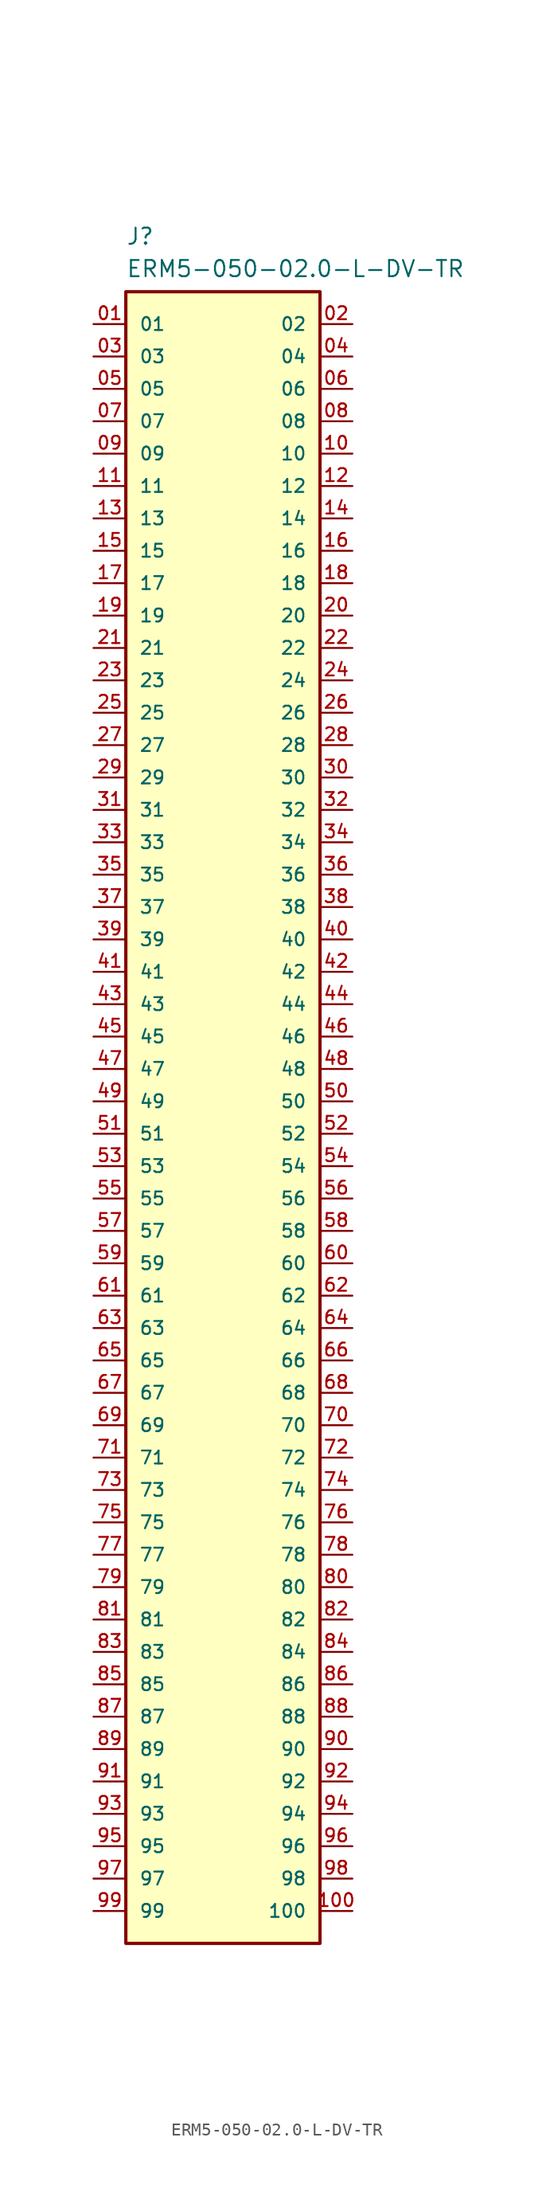
<source format=kicad_sym>
(kicad_symbol_lib
  (version 20241209)
  (generator "kicad_symbol_editor")
  (generator_version "9.0")
  (symbol "ERM5-050-02.0-L-DV-TR"
    (pin_names
      (offset 1.016))
    (property "Reference" "J"
      (at 2.54 7.62 0)
      (effects (font (size 1.27 1.27)) (justify left top)))
    (property "Value" "ERM5-050-02.0-L-DV-TR"
      (at 2.54 5.08 0)
      (effects (font (size 1.27 1.27)) (justify left top)))
    (symbol "ERM5-050-02.0-L-DV-TR_0_0"
      (rectangle (start 2.54 2.54) (end 17.78 -127) (stroke (width 0.254) (type default)) (fill (type background)))
      (pin passive line (at 0 0 0) (length 2.54) (name "01" (effects (font (size 1.016 1.016)))) (number "01" (effects (font (size 1.016 1.016)))))
      (pin passive line (at 0 -2.54 0) (length 2.54) (name "03" (effects (font (size 1.016 1.016)))) (number "03" (effects (font (size 1.016 1.016)))))
      (pin passive line (at 0 -5.08 0) (length 2.54) (name "05" (effects (font (size 1.016 1.016)))) (number "05" (effects (font (size 1.016 1.016)))))
      (pin passive line (at 0 -7.62 0) (length 2.54) (name "07" (effects (font (size 1.016 1.016)))) (number "07" (effects (font (size 1.016 1.016)))))
      (pin passive line (at 0 -10.16 0) (length 2.54) (name "09" (effects (font (size 1.016 1.016)))) (number "09" (effects (font (size 1.016 1.016)))))
      (pin passive line (at 0 -12.7 0) (length 2.54) (name "11" (effects (font (size 1.016 1.016)))) (number "11" (effects (font (size 1.016 1.016)))))
      (pin passive line (at 0 -15.24 0) (length 2.54) (name "13" (effects (font (size 1.016 1.016)))) (number "13" (effects (font (size 1.016 1.016)))))
      (pin passive line (at 0 -17.78 0) (length 2.54) (name "15" (effects (font (size 1.016 1.016)))) (number "15" (effects (font (size 1.016 1.016)))))
      (pin passive line (at 0 -20.32 0) (length 2.54) (name "17" (effects (font (size 1.016 1.016)))) (number "17" (effects (font (size 1.016 1.016)))))
      (pin passive line (at 0 -22.86 0) (length 2.54) (name "19" (effects (font (size 1.016 1.016)))) (number "19" (effects (font (size 1.016 1.016)))))
      (pin passive line (at 0 -25.4 0) (length 2.54) (name "21" (effects (font (size 1.016 1.016)))) (number "21" (effects (font (size 1.016 1.016)))))
      (pin passive line (at 0 -27.94 0) (length 2.54) (name "23" (effects (font (size 1.016 1.016)))) (number "23" (effects (font (size 1.016 1.016)))))
      (pin passive line (at 0 -30.48 0) (length 2.54) (name "25" (effects (font (size 1.016 1.016)))) (number "25" (effects (font (size 1.016 1.016)))))
      (pin passive line (at 0 -33.02 0) (length 2.54) (name "27" (effects (font (size 1.016 1.016)))) (number "27" (effects (font (size 1.016 1.016)))))
      (pin passive line (at 0 -35.56 0) (length 2.54) (name "29" (effects (font (size 1.016 1.016)))) (number "29" (effects (font (size 1.016 1.016)))))
      (pin passive line (at 0 -38.1 0) (length 2.54) (name "31" (effects (font (size 1.016 1.016)))) (number "31" (effects (font (size 1.016 1.016)))))
      (pin passive line (at 0 -40.64 0) (length 2.54) (name "33" (effects (font (size 1.016 1.016)))) (number "33" (effects (font (size 1.016 1.016)))))
      (pin passive line (at 0 -43.18 0) (length 2.54) (name "35" (effects (font (size 1.016 1.016)))) (number "35" (effects (font (size 1.016 1.016)))))
      (pin passive line (at 0 -45.72 0) (length 2.54) (name "37" (effects (font (size 1.016 1.016)))) (number "37" (effects (font (size 1.016 1.016)))))
      (pin passive line (at 0 -48.26 0) (length 2.54) (name "39" (effects (font (size 1.016 1.016)))) (number "39" (effects (font (size 1.016 1.016)))))
      (pin passive line (at 0 -50.8 0) (length 2.54) (name "41" (effects (font (size 1.016 1.016)))) (number "41" (effects (font (size 1.016 1.016)))))
      (pin passive line (at 0 -53.34 0) (length 2.54) (name "43" (effects (font (size 1.016 1.016)))) (number "43" (effects (font (size 1.016 1.016)))))
      (pin passive line (at 0 -55.88 0) (length 2.54) (name "45" (effects (font (size 1.016 1.016)))) (number "45" (effects (font (size 1.016 1.016)))))
      (pin passive line (at 0 -58.42 0) (length 2.54) (name "47" (effects (font (size 1.016 1.016)))) (number "47" (effects (font (size 1.016 1.016)))))
      (pin passive line (at 0 -60.96 0) (length 2.54) (name "49" (effects (font (size 1.016 1.016)))) (number "49" (effects (font (size 1.016 1.016)))))
      (pin passive line (at 0 -63.5 0) (length 2.54) (name "51" (effects (font (size 1.016 1.016)))) (number "51" (effects (font (size 1.016 1.016)))))
      (pin passive line (at 0 -66.04 0) (length 2.54) (name "53" (effects (font (size 1.016 1.016)))) (number "53" (effects (font (size 1.016 1.016)))))
      (pin passive line (at 0 -68.58 0) (length 2.54) (name "55" (effects (font (size 1.016 1.016)))) (number "55" (effects (font (size 1.016 1.016)))))
      (pin passive line (at 0 -71.12 0) (length 2.54) (name "57" (effects (font (size 1.016 1.016)))) (number "57" (effects (font (size 1.016 1.016)))))
      (pin passive line (at 0 -73.66 0) (length 2.54) (name "59" (effects (font (size 1.016 1.016)))) (number "59" (effects (font (size 1.016 1.016)))))
      (pin passive line (at 0 -76.2 0) (length 2.54) (name "61" (effects (font (size 1.016 1.016)))) (number "61" (effects (font (size 1.016 1.016)))))
      (pin passive line (at 0 -78.74 0) (length 2.54) (name "63" (effects (font (size 1.016 1.016)))) (number "63" (effects (font (size 1.016 1.016)))))
      (pin passive line (at 0 -81.28 0) (length 2.54) (name "65" (effects (font (size 1.016 1.016)))) (number "65" (effects (font (size 1.016 1.016)))))
      (pin passive line (at 0 -83.82 0) (length 2.54) (name "67" (effects (font (size 1.016 1.016)))) (number "67" (effects (font (size 1.016 1.016)))))
      (pin passive line (at 0 -86.36 0) (length 2.54) (name "69" (effects (font (size 1.016 1.016)))) (number "69" (effects (font (size 1.016 1.016)))))
      (pin passive line (at 0 -88.9 0) (length 2.54) (name "71" (effects (font (size 1.016 1.016)))) (number "71" (effects (font (size 1.016 1.016)))))
      (pin passive line (at 0 -91.44 0) (length 2.54) (name "73" (effects (font (size 1.016 1.016)))) (number "73" (effects (font (size 1.016 1.016)))))
      (pin passive line (at 0 -93.98 0) (length 2.54) (name "75" (effects (font (size 1.016 1.016)))) (number "75" (effects (font (size 1.016 1.016)))))
      (pin passive line (at 0 -96.52 0) (length 2.54) (name "77" (effects (font (size 1.016 1.016)))) (number "77" (effects (font (size 1.016 1.016)))))
      (pin passive line (at 0 -99.06 0) (length 2.54) (name "79" (effects (font (size 1.016 1.016)))) (number "79" (effects (font (size 1.016 1.016)))))
      (pin passive line (at 0 -101.6 0) (length 2.54) (name "81" (effects (font (size 1.016 1.016)))) (number "81" (effects (font (size 1.016 1.016)))))
      (pin passive line (at 0 -104.14 0) (length 2.54) (name "83" (effects (font (size 1.016 1.016)))) (number "83" (effects (font (size 1.016 1.016)))))
      (pin passive line (at 0 -106.68 0) (length 2.54) (name "85" (effects (font (size 1.016 1.016)))) (number "85" (effects (font (size 1.016 1.016)))))
      (pin passive line (at 0 -109.22 0) (length 2.54) (name "87" (effects (font (size 1.016 1.016)))) (number "87" (effects (font (size 1.016 1.016)))))
      (pin passive line (at 0 -111.76 0) (length 2.54) (name "89" (effects (font (size 1.016 1.016)))) (number "89" (effects (font (size 1.016 1.016)))))
      (pin passive line (at 0 -114.3 0) (length 2.54) (name "91" (effects (font (size 1.016 1.016)))) (number "91" (effects (font (size 1.016 1.016)))))
      (pin passive line (at 0 -116.84 0) (length 2.54) (name "93" (effects (font (size 1.016 1.016)))) (number "93" (effects (font (size 1.016 1.016)))))
      (pin passive line (at 0 -119.38 0) (length 2.54) (name "95" (effects (font (size 1.016 1.016)))) (number "95" (effects (font (size 1.016 1.016)))))
      (pin passive line (at 0 -121.92 0) (length 2.54) (name "97" (effects (font (size 1.016 1.016)))) (number "97" (effects (font (size 1.016 1.016)))))
      (pin passive line (at 0 -124.46 0) (length 2.54) (name "99" (effects (font (size 1.016 1.016)))) (number "99" (effects (font (size 1.016 1.016)))))
      (pin passive line (at 20.32 0 180) (length 2.54) (name "02" (effects (font (size 1.016 1.016)))) (number "02" (effects (font (size 1.016 1.016)))))
      (pin passive line (at 20.32 -2.54 180) (length 2.54) (name "04" (effects (font (size 1.016 1.016)))) (number "04" (effects (font (size 1.016 1.016)))))
      (pin passive line (at 20.32 -5.08 180) (length 2.54) (name "06" (effects (font (size 1.016 1.016)))) (number "06" (effects (font (size 1.016 1.016)))))
      (pin passive line (at 20.32 -7.62 180) (length 2.54) (name "08" (effects (font (size 1.016 1.016)))) (number "08" (effects (font (size 1.016 1.016)))))
      (pin passive line (at 20.32 -10.16 180) (length 2.54) (name "10" (effects (font (size 1.016 1.016)))) (number "10" (effects (font (size 1.016 1.016)))))
      (pin passive line (at 20.32 -12.7 180) (length 2.54) (name "12" (effects (font (size 1.016 1.016)))) (number "12" (effects (font (size 1.016 1.016)))))
      (pin passive line (at 20.32 -15.24 180) (length 2.54) (name "14" (effects (font (size 1.016 1.016)))) (number "14" (effects (font (size 1.016 1.016)))))
      (pin passive line (at 20.32 -17.78 180) (length 2.54) (name "16" (effects (font (size 1.016 1.016)))) (number "16" (effects (font (size 1.016 1.016)))))
      (pin passive line (at 20.32 -20.32 180) (length 2.54) (name "18" (effects (font (size 1.016 1.016)))) (number "18" (effects (font (size 1.016 1.016)))))
      (pin passive line (at 20.32 -22.86 180) (length 2.54) (name "20" (effects (font (size 1.016 1.016)))) (number "20" (effects (font (size 1.016 1.016)))))
      (pin passive line (at 20.32 -25.4 180) (length 2.54) (name "22" (effects (font (size 1.016 1.016)))) (number "22" (effects (font (size 1.016 1.016)))))
      (pin passive line (at 20.32 -27.94 180) (length 2.54) (name "24" (effects (font (size 1.016 1.016)))) (number "24" (effects (font (size 1.016 1.016)))))
      (pin passive line (at 20.32 -30.48 180) (length 2.54) (name "26" (effects (font (size 1.016 1.016)))) (number "26" (effects (font (size 1.016 1.016)))))
      (pin passive line (at 20.32 -33.02 180) (length 2.54) (name "28" (effects (font (size 1.016 1.016)))) (number "28" (effects (font (size 1.016 1.016)))))
      (pin passive line (at 20.32 -35.56 180) (length 2.54) (name "30" (effects (font (size 1.016 1.016)))) (number "30" (effects (font (size 1.016 1.016)))))
      (pin passive line (at 20.32 -38.1 180) (length 2.54) (name "32" (effects (font (size 1.016 1.016)))) (number "32" (effects (font (size 1.016 1.016)))))
      (pin passive line (at 20.32 -40.64 180) (length 2.54) (name "34" (effects (font (size 1.016 1.016)))) (number "34" (effects (font (size 1.016 1.016)))))
      (pin passive line (at 20.32 -43.18 180) (length 2.54) (name "36" (effects (font (size 1.016 1.016)))) (number "36" (effects (font (size 1.016 1.016)))))
      (pin passive line (at 20.32 -45.72 180) (length 2.54) (name "38" (effects (font (size 1.016 1.016)))) (number "38" (effects (font (size 1.016 1.016)))))
      (pin passive line (at 20.32 -48.26 180) (length 2.54) (name "40" (effects (font (size 1.016 1.016)))) (number "40" (effects (font (size 1.016 1.016)))))
      (pin passive line (at 20.32 -50.8 180) (length 2.54) (name "42" (effects (font (size 1.016 1.016)))) (number "42" (effects (font (size 1.016 1.016)))))
      (pin passive line (at 20.32 -53.34 180) (length 2.54) (name "44" (effects (font (size 1.016 1.016)))) (number "44" (effects (font (size 1.016 1.016)))))
      (pin passive line (at 20.32 -55.88 180) (length 2.54) (name "46" (effects (font (size 1.016 1.016)))) (number "46" (effects (font (size 1.016 1.016)))))
      (pin passive line (at 20.32 -58.42 180) (length 2.54) (name "48" (effects (font (size 1.016 1.016)))) (number "48" (effects (font (size 1.016 1.016)))))
      (pin passive line (at 20.32 -60.96 180) (length 2.54) (name "50" (effects (font (size 1.016 1.016)))) (number "50" (effects (font (size 1.016 1.016)))))
      (pin passive line (at 20.32 -63.5 180) (length 2.54) (name "52" (effects (font (size 1.016 1.016)))) (number "52" (effects (font (size 1.016 1.016)))))
      (pin passive line (at 20.32 -66.04 180) (length 2.54) (name "54" (effects (font (size 1.016 1.016)))) (number "54" (effects (font (size 1.016 1.016)))))
      (pin passive line (at 20.32 -68.58 180) (length 2.54) (name "56" (effects (font (size 1.016 1.016)))) (number "56" (effects (font (size 1.016 1.016)))))
      (pin passive line (at 20.32 -71.12 180) (length 2.54) (name "58" (effects (font (size 1.016 1.016)))) (number "58" (effects (font (size 1.016 1.016)))))
      (pin passive line (at 20.32 -73.66 180) (length 2.54) (name "60" (effects (font (size 1.016 1.016)))) (number "60" (effects (font (size 1.016 1.016)))))
      (pin passive line (at 20.32 -76.2 180) (length 2.54) (name "62" (effects (font (size 1.016 1.016)))) (number "62" (effects (font (size 1.016 1.016)))))
      (pin passive line (at 20.32 -78.74 180) (length 2.54) (name "64" (effects (font (size 1.016 1.016)))) (number "64" (effects (font (size 1.016 1.016)))))
      (pin passive line (at 20.32 -81.28 180) (length 2.54) (name "66" (effects (font (size 1.016 1.016)))) (number "66" (effects (font (size 1.016 1.016)))))
      (pin passive line (at 20.32 -83.82 180) (length 2.54) (name "68" (effects (font (size 1.016 1.016)))) (number "68" (effects (font (size 1.016 1.016)))))
      (pin passive line (at 20.32 -86.36 180) (length 2.54) (name "70" (effects (font (size 1.016 1.016)))) (number "70" (effects (font (size 1.016 1.016)))))
      (pin passive line (at 20.32 -88.9 180) (length 2.54) (name "72" (effects (font (size 1.016 1.016)))) (number "72" (effects (font (size 1.016 1.016)))))
      (pin passive line (at 20.32 -91.44 180) (length 2.54) (name "74" (effects (font (size 1.016 1.016)))) (number "74" (effects (font (size 1.016 1.016)))))
      (pin passive line (at 20.32 -93.98 180) (length 2.54) (name "76" (effects (font (size 1.016 1.016)))) (number "76" (effects (font (size 1.016 1.016)))))
      (pin passive line (at 20.32 -96.52 180) (length 2.54) (name "78" (effects (font (size 1.016 1.016)))) (number "78" (effects (font (size 1.016 1.016)))))
      (pin passive line (at 20.32 -99.06 180) (length 2.54) (name "80" (effects (font (size 1.016 1.016)))) (number "80" (effects (font (size 1.016 1.016)))))
      (pin passive line (at 20.32 -101.6 180) (length 2.54) (name "82" (effects (font (size 1.016 1.016)))) (number "82" (effects (font (size 1.016 1.016)))))
      (pin passive line (at 20.32 -104.14 180) (length 2.54) (name "84" (effects (font (size 1.016 1.016)))) (number "84" (effects (font (size 1.016 1.016)))))
      (pin passive line (at 20.32 -106.68 180) (length 2.54) (name "86" (effects (font (size 1.016 1.016)))) (number "86" (effects (font (size 1.016 1.016)))))
      (pin passive line (at 20.32 -109.22 180) (length 2.54) (name "88" (effects (font (size 1.016 1.016)))) (number "88" (effects (font (size 1.016 1.016)))))
      (pin passive line (at 20.32 -111.76 180) (length 2.54) (name "90" (effects (font (size 1.016 1.016)))) (number "90" (effects (font (size 1.016 1.016)))))
      (pin passive line (at 20.32 -114.3 180) (length 2.54) (name "92" (effects (font (size 1.016 1.016)))) (number "92" (effects (font (size 1.016 1.016)))))
      (pin passive line (at 20.32 -116.84 180) (length 2.54) (name "94" (effects (font (size 1.016 1.016)))) (number "94" (effects (font (size 1.016 1.016)))))
      (pin passive line (at 20.32 -119.38 180) (length 2.54) (name "96" (effects (font (size 1.016 1.016)))) (number "96" (effects (font (size 1.016 1.016)))))
      (pin passive line (at 20.32 -121.92 180) (length 2.54) (name "98" (effects (font (size 1.016 1.016)))) (number "98" (effects (font (size 1.016 1.016)))))
      (pin passive line (at 20.32 -124.46 180) (length 2.54) (name "100" (effects (font (size 1.016 1.016)))) (number "100" (effects (font (size 1.016 1.016))))))))
</source>
